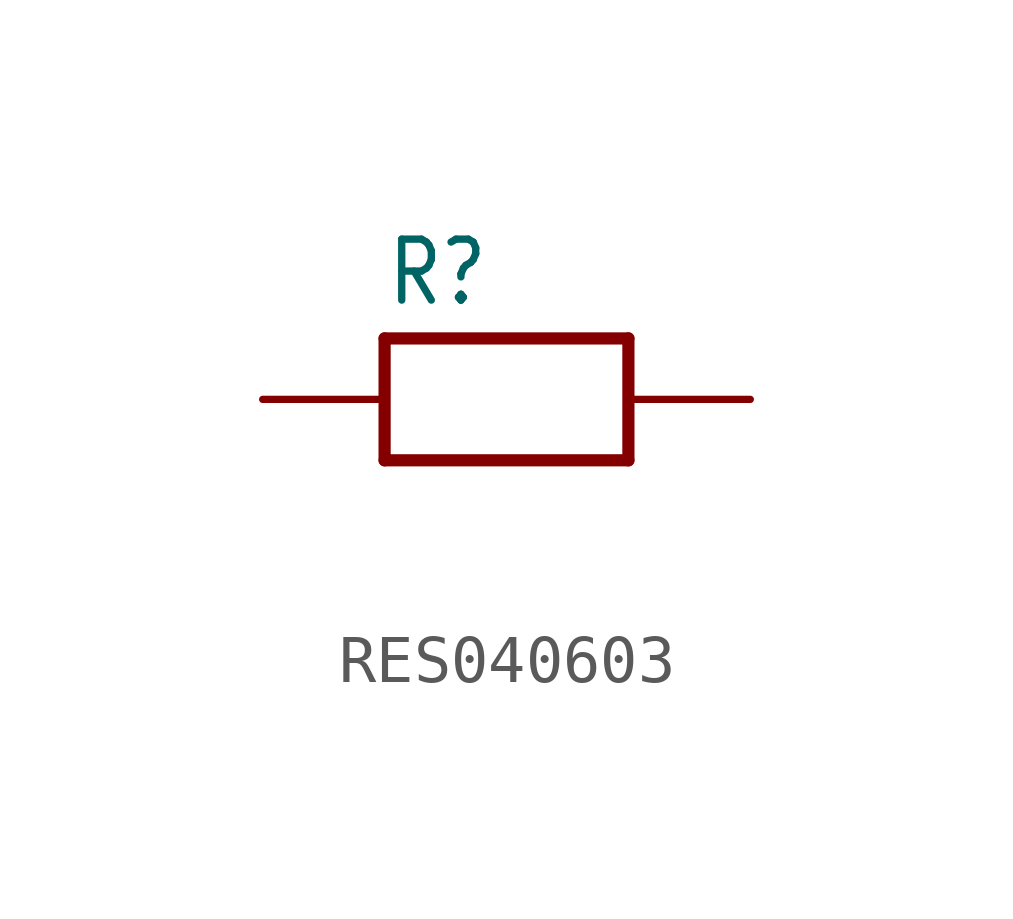
<source format=kicad_sym>
(kicad_symbol_lib
  (version 20241209)
  (generator "kicad_symbol_editor")
  (generator_version "9.0")
  (symbol "RES040603"
    (property "Reference" "R"
      (at -2.54 1.905 0)
      (effects (font (size 1.27 1.079)) (justify left bottom)))
    (property "Value" ""
      (at -2.54 -3.81 0)
      (effects (font (size 1.27 1.079)) (justify left bottom)))
    (property "ki_locked" ""
      (at 0 0 0)
      (effects (font (size 1.27 1.27))))
    (symbol "RES040603_1_0"
      (polyline (pts (xy -2.54 1.27) (xy -2.54 -1.27)) (stroke (width 0.254) (type solid)) (fill (type none)))
      (polyline (pts (xy -2.54 -1.27) (xy 2.54 -1.27)) (stroke (width 0.254) (type solid)) (fill (type none)))
      (polyline (pts (xy 2.54 1.27) (xy -2.54 1.27)) (stroke (width 0.254) (type solid)) (fill (type none)))
      (polyline (pts (xy 2.54 -1.27) (xy 2.54 1.27)) (stroke (width 0.254) (type solid)) (fill (type none)))
      (pin passive line (at -5.08 0 0) (length 2.54) (name "1" (effects (font (size 0 0)))) (number "1" (effects (font (size 0 0)))))
      (pin passive line (at 5.08 0 180) (length 2.54) (name "2" (effects (font (size 0 0)))) (number "2" (effects (font (size 0 0))))))))
</source>
